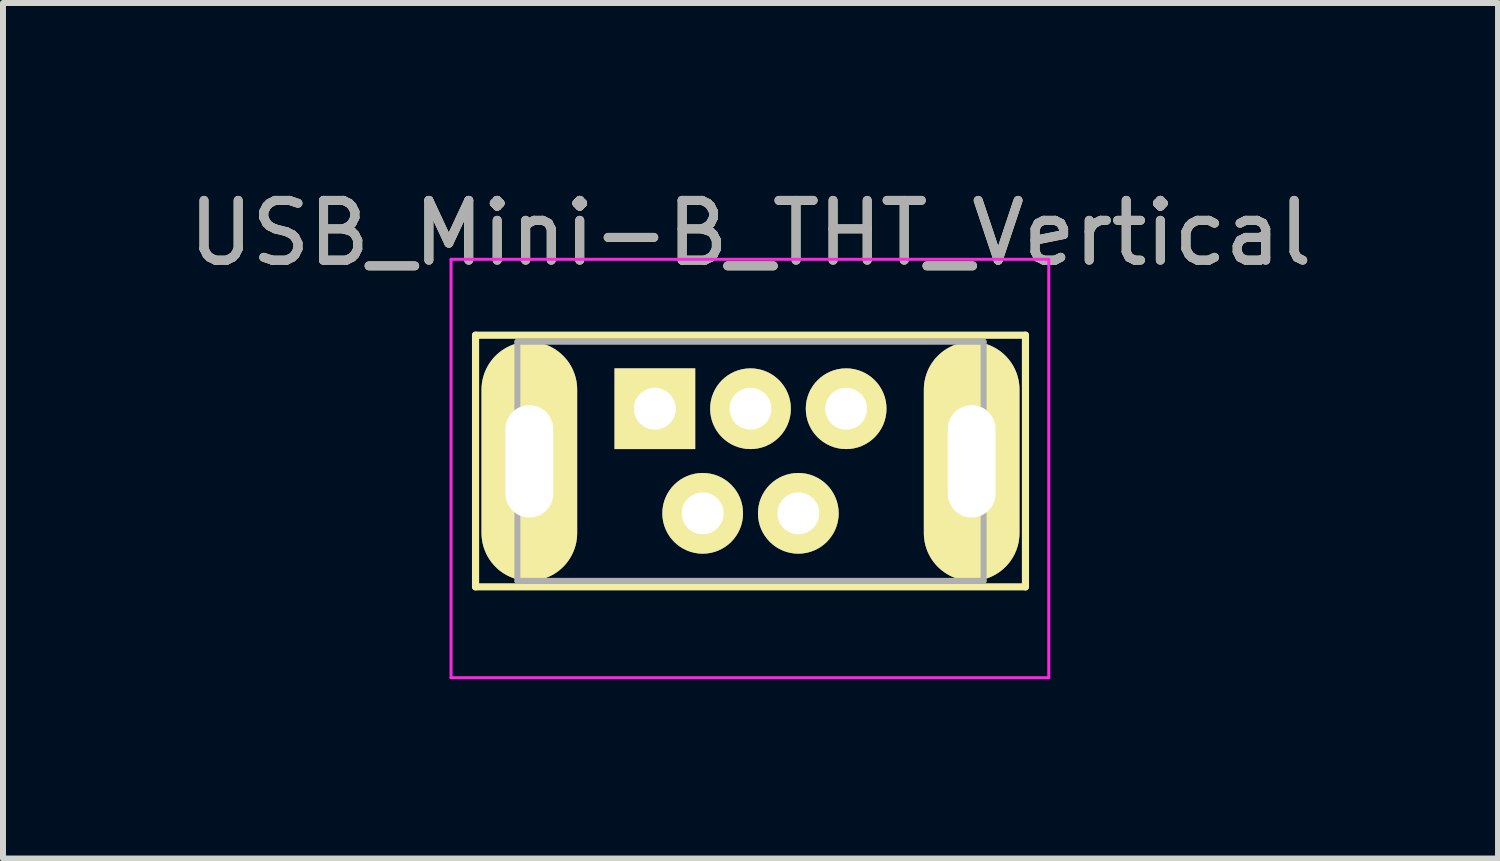
<source format=kicad_pcb>
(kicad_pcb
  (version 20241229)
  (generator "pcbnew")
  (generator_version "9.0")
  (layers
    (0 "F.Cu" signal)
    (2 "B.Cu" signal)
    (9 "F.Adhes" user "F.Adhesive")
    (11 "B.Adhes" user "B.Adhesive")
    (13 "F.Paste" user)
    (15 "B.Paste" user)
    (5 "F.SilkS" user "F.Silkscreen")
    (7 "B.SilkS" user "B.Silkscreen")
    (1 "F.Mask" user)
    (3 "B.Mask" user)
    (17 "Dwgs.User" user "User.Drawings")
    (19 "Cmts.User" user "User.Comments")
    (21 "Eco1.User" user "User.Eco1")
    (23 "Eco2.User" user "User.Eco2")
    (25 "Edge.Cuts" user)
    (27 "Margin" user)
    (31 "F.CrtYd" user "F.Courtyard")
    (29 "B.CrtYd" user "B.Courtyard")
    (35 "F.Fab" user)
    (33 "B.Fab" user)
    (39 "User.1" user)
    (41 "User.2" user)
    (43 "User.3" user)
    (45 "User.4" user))
  (footprint "USB_Mini-B_THT_Vertical"
    (layer "F.Cu")
    (at 7.906 3.788)
    (property "Reference" "USB_Mini-B_THT_Vertical" (at 1.6 -2.94 0) (layer "F.SilkS") (effects (font (size 1 1) (thickness 0.15))))
    (attr through_hole)
    (fp_line (start -3 -1.23) (end -3 2.98) (stroke (width 0.12) (type solid)) (layer "F.SilkS"))
    (fp_line (start -3 -1.23) (end 6.2 -1.23) (stroke (width 0.12) (type solid)) (layer "F.SilkS"))
    (fp_line (start -3 2.98) (end 6.2 2.98) (stroke (width 0.12) (type solid)) (layer "F.SilkS"))
    (fp_line (start 6.2 -1.23) (end 6.2 2.98) (stroke (width 0.12) (type solid)) (layer "F.SilkS"))
    (fp_line (start -3.41 -2.5) (end -3.41 4.5) (stroke (width 0.05) (type solid)) (layer "F.CrtYd"))
    (fp_line (start -3.41 -2.5) (end 6.59 -2.5) (stroke (width 0.05) (type solid)) (layer "F.CrtYd"))
    (fp_line (start -3.41 4.5) (end 6.59 4.5) (stroke (width 0.05) (type solid)) (layer "F.CrtYd"))
    (fp_line (start 6.59 4.5) (end 6.59 -2.5) (stroke (width 0.05) (type solid)) (layer "F.CrtYd"))
    (fp_line (start -2.3 -1.12) (end -2.3 2.88) (stroke (width 0.1) (type solid)) (layer "F.Fab"))
    (fp_line (start -2.3 -1.12) (end 5.5 -1.12) (stroke (width 0.1) (type solid)) (layer "F.Fab"))
    (fp_line (start 5.5 -1.12) (end 5.5 2.88) (stroke (width 0.1) (type solid)) (layer "F.Fab"))
    (fp_line (start 5.5 2.88) (end -2.3 2.88) (stroke (width 0.1) (type solid)) (layer "F.Fab"))
    (fp_text user "${REFERENCE}" (at 1.6 -2.94 0) (layer "F.Fab") (effects (font (size 1 1) (thickness 0.15))))
    (pad "1" thru_hole rect (at 0 0) (size 1.35 1.35) (drill 0.7) (layers "*.Cu" "*.Mask" "F.SilkS"))
    (pad "2" thru_hole circle (at 0.8 1.75) (size 1.35 1.35) (drill 0.7) (layers "*.Cu" "*.Mask" "F.SilkS"))
    (pad "3" thru_hole circle (at 1.6 0) (size 1.35 1.35) (drill 0.7) (layers "*.Cu" "*.Mask" "F.SilkS"))
    (pad "4" thru_hole circle (at 2.4 1.75) (size 1.35 1.35) (drill 0.7) (layers "*.Cu" "*.Mask" "F.SilkS"))
    (pad "5" thru_hole circle (at 3.2 0) (size 1.35 1.35) (drill 0.7) (layers "*.Cu" "*.Mask" "F.SilkS"))
    (pad "6" thru_hole oval (at -2.1 0.88) (size 1.6 4) (drill oval 0.8 1.88) (layers "*.Cu" "*.Mask" "F.SilkS"))
    (pad "6" thru_hole oval (at 5.3 0.88) (size 1.6 4) (drill oval 0.8 1.88) (layers "*.Cu" "*.Mask" "F.SilkS")))
  (gr_rect
    (start -3 -3)
    (end 22.012 11.313)
    (stroke (width 0.1) (type default))
    (fill no)
    (layer "Edge.Cuts")))
</source>
